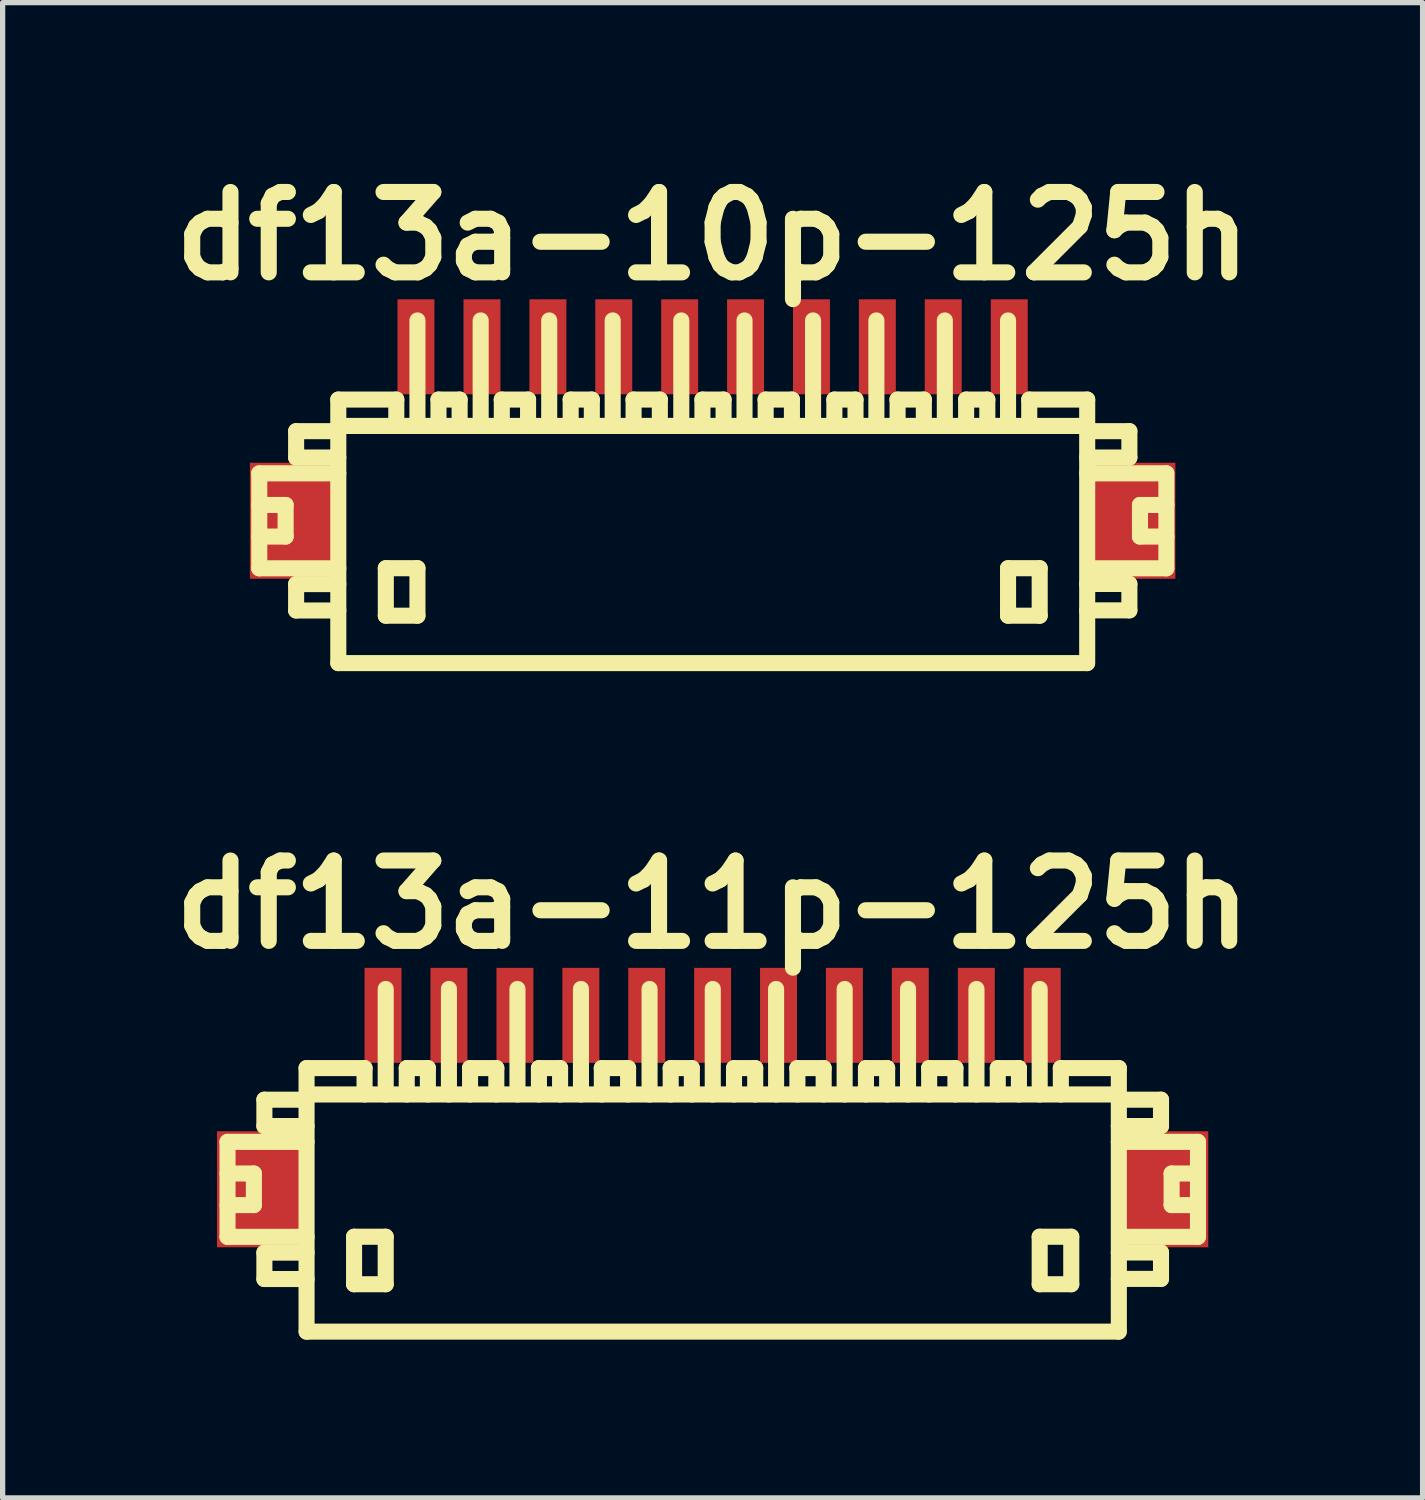
<source format=kicad_pcb>
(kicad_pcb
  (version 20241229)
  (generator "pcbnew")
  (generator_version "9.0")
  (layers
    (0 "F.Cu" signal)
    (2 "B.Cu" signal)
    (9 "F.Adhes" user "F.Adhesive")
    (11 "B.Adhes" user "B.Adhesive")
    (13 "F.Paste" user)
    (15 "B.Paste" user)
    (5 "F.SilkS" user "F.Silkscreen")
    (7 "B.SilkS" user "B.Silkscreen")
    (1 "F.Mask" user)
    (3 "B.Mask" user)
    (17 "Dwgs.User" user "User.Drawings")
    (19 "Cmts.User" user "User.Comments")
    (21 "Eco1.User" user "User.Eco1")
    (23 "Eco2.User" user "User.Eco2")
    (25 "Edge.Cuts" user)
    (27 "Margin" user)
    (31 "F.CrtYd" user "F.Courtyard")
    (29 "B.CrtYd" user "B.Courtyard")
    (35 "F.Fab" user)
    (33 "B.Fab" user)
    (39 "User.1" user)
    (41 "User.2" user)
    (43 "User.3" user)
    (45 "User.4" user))
  (footprint "df13a-11p-125h"
    (layer "F.Cu")
    (at 10.465 19.706)
    (property "Reference" "df13a-11p-125h" (at 0 -5.601 0) (layer "F.SilkS") (effects (font (size 1.524 1.524) (thickness 0.305))))
    (attr through_hole)
    (fp_line (start -9.2 -1.1) (end -9.2 0.701) (stroke (width 0.305) (type solid)) (layer "F.SilkS"))
    (fp_line (start -9.2 0.701) (end -7.701 0.701) (stroke (width 0.305) (type solid)) (layer "F.SilkS"))
    (fp_line (start -8.7 -0.5) (end -9.2 -0.5) (stroke (width 0.305) (type solid)) (layer "F.SilkS"))
    (fp_line (start -8.7 0.099) (end -9.2 0.099) (stroke (width 0.305) (type solid)) (layer "F.SilkS"))
    (fp_line (start -8.7 0.099) (end -8.7 -0.5) (stroke (width 0.305) (type solid)) (layer "F.SilkS"))
    (fp_line (start -8.501 -1.9) (end -8.501 -1.4) (stroke (width 0.305) (type solid)) (layer "F.SilkS"))
    (fp_line (start -8.501 -1.9) (end -7.701 -1.9) (stroke (width 0.305) (type solid)) (layer "F.SilkS"))
    (fp_line (start -8.501 1.001) (end -8.501 1.501) (stroke (width 0.305) (type solid)) (layer "F.SilkS"))
    (fp_line (start -8.501 1.501) (end -7.701 1.501) (stroke (width 0.305) (type solid)) (layer "F.SilkS"))
    (fp_line (start -7.701 -1.4) (end -8.501 -1.4) (stroke (width 0.305) (type solid)) (layer "F.SilkS"))
    (fp_line (start -7.701 -1.1) (end -9.2 -1.1) (stroke (width 0.305) (type solid)) (layer "F.SilkS"))
    (fp_line (start -7.701 1.001) (end -8.501 1.001) (stroke (width 0.305) (type solid)) (layer "F.SilkS"))
    (fp_line (start -7.701 2.499) (end -7.701 -2.499) (stroke (width 0.305) (type solid)) (layer "F.SilkS"))
    (fp_line (start -7.699 2.499) (end 7.699 2.499) (stroke (width 0.305) (type solid)) (layer "F.SilkS"))
    (fp_line (start -6.8 0.699) (end -6.8 1.6) (stroke (width 0.305) (type solid)) (layer "F.SilkS"))
    (fp_line (start -6.8 1.6) (end -6.2 1.6) (stroke (width 0.305) (type solid)) (layer "F.SilkS"))
    (fp_line (start -6.601 -2.499) (end -7.701 -2.499) (stroke (width 0.305) (type solid)) (layer "F.SilkS"))
    (fp_line (start -6.601 -2.499) (end -6.601 -1.999) (stroke (width 0.305) (type solid)) (layer "F.SilkS"))
    (fp_line (start -6.2 -4) (end -6.2 -1.999) (stroke (width 0.305) (type solid)) (layer "F.SilkS"))
    (fp_line (start -6.2 0.699) (end -6.8 0.699) (stroke (width 0.305) (type solid)) (layer "F.SilkS"))
    (fp_line (start -6.2 1.6) (end -6.2 0.699) (stroke (width 0.305) (type solid)) (layer "F.SilkS"))
    (fp_line (start -5.801 -2.499) (end -5.801 -1.999) (stroke (width 0.305) (type solid)) (layer "F.SilkS"))
    (fp_line (start -5.4 -2.499) (end -5.801 -2.499) (stroke (width 0.305) (type solid)) (layer "F.SilkS"))
    (fp_line (start -5.4 -2.499) (end -5.4 -1.999) (stroke (width 0.305) (type solid)) (layer "F.SilkS"))
    (fp_line (start -5.001 -1.999) (end -5.001 -4) (stroke (width 0.305) (type solid)) (layer "F.SilkS"))
    (fp_line (start -4.602 -2.499) (end -4.102 -2.499) (stroke (width 0.305) (type solid)) (layer "F.SilkS"))
    (fp_line (start -4.6 -1.999) (end -4.6 -2.499) (stroke (width 0.305) (type solid)) (layer "F.SilkS"))
    (fp_line (start -4.102 -2.499) (end -4.102 -1.999) (stroke (width 0.305) (type solid)) (layer "F.SilkS"))
    (fp_line (start -3.701 -1.999) (end -3.701 -4) (stroke (width 0.305) (type solid)) (layer "F.SilkS"))
    (fp_line (start -3.294 -2.499) (end -3.294 -1.999) (stroke (width 0.305) (type solid)) (layer "F.SilkS"))
    (fp_line (start -2.893 -2.499) (end -3.294 -2.499) (stroke (width 0.305) (type solid)) (layer "F.SilkS"))
    (fp_line (start -2.893 -2.499) (end -2.893 -1.999) (stroke (width 0.305) (type solid)) (layer "F.SilkS"))
    (fp_line (start -2.497 -1.999) (end -2.497 -4) (stroke (width 0.305) (type solid)) (layer "F.SilkS"))
    (fp_line (start -2.103 -2.499) (end -1.603 -2.499) (stroke (width 0.305) (type solid)) (layer "F.SilkS"))
    (fp_line (start -2.101 -1.999) (end -2.101 -2.499) (stroke (width 0.305) (type solid)) (layer "F.SilkS"))
    (fp_line (start -1.603 -2.499) (end -1.603 -1.999) (stroke (width 0.305) (type solid)) (layer "F.SilkS"))
    (fp_line (start -1.196 -1.999) (end -1.196 -4) (stroke (width 0.305) (type solid)) (layer "F.SilkS"))
    (fp_line (start -0.795 -2.499) (end -0.795 -1.999) (stroke (width 0.305) (type solid)) (layer "F.SilkS"))
    (fp_line (start -0.394 -2.499) (end -0.795 -2.499) (stroke (width 0.305) (type solid)) (layer "F.SilkS"))
    (fp_line (start -0.394 -2.499) (end -0.394 -1.999) (stroke (width 0.305) (type solid)) (layer "F.SilkS"))
    (fp_line (start 0.003 -1.999) (end 0.003 -4) (stroke (width 0.305) (type solid)) (layer "F.SilkS"))
    (fp_line (start 0.406 -2.499) (end 0.406 -1.999) (stroke (width 0.305) (type solid)) (layer "F.SilkS"))
    (fp_line (start 0.808 -2.499) (end 0.406 -2.499) (stroke (width 0.305) (type solid)) (layer "F.SilkS"))
    (fp_line (start 0.808 -2.499) (end 0.808 -1.999) (stroke (width 0.305) (type solid)) (layer "F.SilkS"))
    (fp_line (start 1.204 -1.999) (end 1.204 -4) (stroke (width 0.305) (type solid)) (layer "F.SilkS"))
    (fp_line (start 1.605 -2.499) (end 2.106 -2.499) (stroke (width 0.305) (type solid)) (layer "F.SilkS"))
    (fp_line (start 1.608 -1.999) (end 1.608 -2.499) (stroke (width 0.305) (type solid)) (layer "F.SilkS"))
    (fp_line (start 2.106 -2.499) (end 2.106 -1.999) (stroke (width 0.305) (type solid)) (layer "F.SilkS"))
    (fp_line (start 2.504 -1.999) (end 2.504 -4) (stroke (width 0.305) (type solid)) (layer "F.SilkS"))
    (fp_line (start 2.908 -2.499) (end 2.908 -1.999) (stroke (width 0.305) (type solid)) (layer "F.SilkS"))
    (fp_line (start 3.31 -2.499) (end 2.908 -2.499) (stroke (width 0.305) (type solid)) (layer "F.SilkS"))
    (fp_line (start 3.31 -2.499) (end 3.31 -1.999) (stroke (width 0.305) (type solid)) (layer "F.SilkS"))
    (fp_line (start 3.706 -1.999) (end 3.706 -4) (stroke (width 0.305) (type solid)) (layer "F.SilkS"))
    (fp_line (start 4.105 -2.499) (end 4.605 -2.499) (stroke (width 0.305) (type solid)) (layer "F.SilkS"))
    (fp_line (start 4.107 -1.999) (end 4.107 -2.499) (stroke (width 0.305) (type solid)) (layer "F.SilkS"))
    (fp_line (start 4.605 -2.499) (end 4.605 -1.999) (stroke (width 0.305) (type solid)) (layer "F.SilkS"))
    (fp_line (start 5.004 -1.999) (end 5.004 -4) (stroke (width 0.305) (type solid)) (layer "F.SilkS"))
    (fp_line (start 5.408 -2.499) (end 5.408 -1.999) (stroke (width 0.305) (type solid)) (layer "F.SilkS"))
    (fp_line (start 5.809 -2.499) (end 5.408 -2.499) (stroke (width 0.305) (type solid)) (layer "F.SilkS"))
    (fp_line (start 5.809 -2.499) (end 5.809 -1.999) (stroke (width 0.305) (type solid)) (layer "F.SilkS"))
    (fp_line (start 6.203 -1.999) (end 6.203 -4) (stroke (width 0.305) (type solid)) (layer "F.SilkS"))
    (fp_line (start 6.203 0.699) (end 6.802 0.699) (stroke (width 0.305) (type solid)) (layer "F.SilkS"))
    (fp_line (start 6.203 1.6) (end 6.203 0.699) (stroke (width 0.305) (type solid)) (layer "F.SilkS"))
    (fp_line (start 6.604 -2.499) (end 6.604 -1.999) (stroke (width 0.305) (type solid)) (layer "F.SilkS"))
    (fp_line (start 6.802 0.699) (end 6.802 1.6) (stroke (width 0.305) (type solid)) (layer "F.SilkS"))
    (fp_line (start 6.802 1.6) (end 6.203 1.6) (stroke (width 0.305) (type solid)) (layer "F.SilkS"))
    (fp_line (start 7.699 -1.999) (end -7.699 -1.999) (stroke (width 0.305) (type solid)) (layer "F.SilkS"))
    (fp_line (start 7.704 -2.499) (end 6.604 -2.499) (stroke (width 0.305) (type solid)) (layer "F.SilkS"))
    (fp_line (start 7.704 -2.499) (end 7.704 2.499) (stroke (width 0.305) (type solid)) (layer "F.SilkS"))
    (fp_line (start 7.704 -1.9) (end 8.504 -1.9) (stroke (width 0.305) (type solid)) (layer "F.SilkS"))
    (fp_line (start 7.704 0.998) (end 8.504 0.998) (stroke (width 0.305) (type solid)) (layer "F.SilkS"))
    (fp_line (start 8.504 -1.9) (end 8.504 -1.4) (stroke (width 0.305) (type solid)) (layer "F.SilkS"))
    (fp_line (start 8.504 -1.4) (end 7.704 -1.4) (stroke (width 0.305) (type solid)) (layer "F.SilkS"))
    (fp_line (start 8.504 0.998) (end 8.504 1.499) (stroke (width 0.305) (type solid)) (layer "F.SilkS"))
    (fp_line (start 8.504 1.499) (end 7.704 1.499) (stroke (width 0.305) (type solid)) (layer "F.SilkS"))
    (fp_line (start 8.705 0.099) (end 8.705 -0.5) (stroke (width 0.305) (type solid)) (layer "F.SilkS"))
    (fp_line (start 9.202 -1.1) (end 7.704 -1.1) (stroke (width 0.305) (type solid)) (layer "F.SilkS"))
    (fp_line (start 9.202 0.701) (end 7.803 0.701) (stroke (width 0.305) (type solid)) (layer "F.SilkS"))
    (fp_line (start 9.205 -1.1) (end 9.205 0.701) (stroke (width 0.305) (type solid)) (layer "F.SilkS"))
    (fp_line (start 9.205 -0.5) (end 8.705 -0.5) (stroke (width 0.305) (type solid)) (layer "F.SilkS"))
    (fp_line (start 9.205 0.099) (end 8.705 0.099) (stroke (width 0.305) (type solid)) (layer "F.SilkS"))
    (pad "" smd rect (at -8.6 -0.201) (size 1.6 2.2) (layers "F.Cu" "F.Mask" "F.Paste"))
    (pad "" smd rect (at 8.6 -0.201) (size 1.6 2.2) (layers "F.Cu" "F.Mask" "F.Paste"))
    (pad "1" smd rect (at 6.251 -3.5) (size 0.701 1.801) (layers "F.Cu" "F.Mask" "F.Paste"))
    (pad "2" smd rect (at 5.001 -3.5) (size 0.701 1.801) (layers "F.Cu" "F.Mask" "F.Paste"))
    (pad "3" smd rect (at 3.749 -3.5) (size 0.701 1.801) (layers "F.Cu" "F.Mask" "F.Paste"))
    (pad "4" smd rect (at 2.499 -3.5) (size 0.701 1.801) (layers "F.Cu" "F.Mask" "F.Paste"))
    (pad "5" smd rect (at 1.25 -3.5) (size 0.701 1.801) (layers "F.Cu" "F.Mask" "F.Paste"))
    (pad "6" smd rect (at 0 -3.5) (size 0.701 1.801) (layers "F.Cu" "F.Mask" "F.Paste"))
    (pad "7" smd rect (at -1.25 -3.5) (size 0.701 1.801) (layers "F.Cu" "F.Mask" "F.Paste"))
    (pad "8" smd rect (at -2.499 -3.5) (size 0.701 1.801) (layers "F.Cu" "F.Mask" "F.Paste"))
    (pad "9" smd rect (at -3.749 -3.5) (size 0.701 1.801) (layers "F.Cu" "F.Mask" "F.Paste"))
    (pad "10" smd rect (at -5.001 -3.5) (size 0.701 1.801) (layers "F.Cu" "F.Mask" "F.Paste"))
    (pad "11" smd rect (at -6.251 -3.5) (size 0.701 1.801) (layers "F.Cu" "F.Mask" "F.Paste")))
  (footprint "df13a-10p-125h"
    (layer "F.Cu")
    (at 10.465 7.027)
    (property "Reference" "df13a-10p-125h" (at 0 -5.601 0) (layer "F.SilkS") (effects (font (size 1.524 1.524) (thickness 0.305))))
    (attr through_hole)
    (fp_line (start -8.598 -1.1) (end -8.598 0.701) (stroke (width 0.305) (type solid)) (layer "F.SilkS"))
    (fp_line (start -8.598 0.701) (end -7.099 0.701) (stroke (width 0.305) (type solid)) (layer "F.SilkS"))
    (fp_line (start -8.098 -0.5) (end -8.598 -0.5) (stroke (width 0.305) (type solid)) (layer "F.SilkS"))
    (fp_line (start -8.098 0.099) (end -8.598 0.099) (stroke (width 0.305) (type solid)) (layer "F.SilkS"))
    (fp_line (start -8.098 0.099) (end -8.098 -0.5) (stroke (width 0.305) (type solid)) (layer "F.SilkS"))
    (fp_line (start -7.899 -1.9) (end -7.899 -1.4) (stroke (width 0.305) (type solid)) (layer "F.SilkS"))
    (fp_line (start -7.899 -1.9) (end -7.099 -1.9) (stroke (width 0.305) (type solid)) (layer "F.SilkS"))
    (fp_line (start -7.899 1.001) (end -7.899 1.501) (stroke (width 0.305) (type solid)) (layer "F.SilkS"))
    (fp_line (start -7.899 1.501) (end -7.099 1.501) (stroke (width 0.305) (type solid)) (layer "F.SilkS"))
    (fp_line (start -7.099 -1.999) (end 7.099 -1.999) (stroke (width 0.305) (type solid)) (layer "F.SilkS"))
    (fp_line (start -7.099 -1.4) (end -7.899 -1.4) (stroke (width 0.305) (type solid)) (layer "F.SilkS"))
    (fp_line (start -7.099 -1.1) (end -8.598 -1.1) (stroke (width 0.305) (type solid)) (layer "F.SilkS"))
    (fp_line (start -7.099 1.001) (end -7.899 1.001) (stroke (width 0.305) (type solid)) (layer "F.SilkS"))
    (fp_line (start -7.099 2.499) (end -7.099 -2.499) (stroke (width 0.305) (type solid)) (layer "F.SilkS"))
    (fp_line (start -7.099 2.499) (end 7.099 2.499) (stroke (width 0.305) (type solid)) (layer "F.SilkS"))
    (fp_line (start -6.198 0.699) (end -6.198 1.6) (stroke (width 0.305) (type solid)) (layer "F.SilkS"))
    (fp_line (start -6.198 1.6) (end -5.598 1.6) (stroke (width 0.305) (type solid)) (layer "F.SilkS"))
    (fp_line (start -5.999 -2.499) (end -7.099 -2.499) (stroke (width 0.305) (type solid)) (layer "F.SilkS"))
    (fp_line (start -5.999 -2.499) (end -5.999 -1.999) (stroke (width 0.305) (type solid)) (layer "F.SilkS"))
    (fp_line (start -5.598 -4) (end -5.598 -1.999) (stroke (width 0.305) (type solid)) (layer "F.SilkS"))
    (fp_line (start -5.598 0.699) (end -6.198 0.699) (stroke (width 0.305) (type solid)) (layer "F.SilkS"))
    (fp_line (start -5.598 1.6) (end -5.598 0.699) (stroke (width 0.305) (type solid)) (layer "F.SilkS"))
    (fp_line (start -5.199 -2.499) (end -5.199 -1.999) (stroke (width 0.305) (type solid)) (layer "F.SilkS"))
    (fp_line (start -4.798 -2.499) (end -5.199 -2.499) (stroke (width 0.305) (type solid)) (layer "F.SilkS"))
    (fp_line (start -4.798 -2.499) (end -4.798 -1.999) (stroke (width 0.305) (type solid)) (layer "F.SilkS"))
    (fp_line (start -4.399 -1.999) (end -4.399 -4) (stroke (width 0.305) (type solid)) (layer "F.SilkS"))
    (fp_line (start -4 -2.499) (end -3.5 -2.499) (stroke (width 0.305) (type solid)) (layer "F.SilkS"))
    (fp_line (start -3.998 -1.999) (end -3.998 -2.499) (stroke (width 0.305) (type solid)) (layer "F.SilkS"))
    (fp_line (start -3.5 -2.499) (end -3.5 -1.999) (stroke (width 0.305) (type solid)) (layer "F.SilkS"))
    (fp_line (start -3.099 -1.999) (end -3.099 -4) (stroke (width 0.305) (type solid)) (layer "F.SilkS"))
    (fp_line (start -2.692 -2.499) (end -2.692 -1.999) (stroke (width 0.305) (type solid)) (layer "F.SilkS"))
    (fp_line (start -2.291 -2.499) (end -2.692 -2.499) (stroke (width 0.305) (type solid)) (layer "F.SilkS"))
    (fp_line (start -2.291 -2.499) (end -2.291 -1.999) (stroke (width 0.305) (type solid)) (layer "F.SilkS"))
    (fp_line (start -1.895 -1.999) (end -1.895 -4) (stroke (width 0.305) (type solid)) (layer "F.SilkS"))
    (fp_line (start -1.501 -2.499) (end -1.001 -2.499) (stroke (width 0.305) (type solid)) (layer "F.SilkS"))
    (fp_line (start -1.499 -1.999) (end -1.499 -2.499) (stroke (width 0.305) (type solid)) (layer "F.SilkS"))
    (fp_line (start -1.001 -2.499) (end -1.001 -1.999) (stroke (width 0.305) (type solid)) (layer "F.SilkS"))
    (fp_line (start -0.594 -1.999) (end -0.594 -4) (stroke (width 0.305) (type solid)) (layer "F.SilkS"))
    (fp_line (start -0.193 -2.499) (end -0.193 -1.999) (stroke (width 0.305) (type solid)) (layer "F.SilkS"))
    (fp_line (start 0.208 -2.499) (end -0.193 -2.499) (stroke (width 0.305) (type solid)) (layer "F.SilkS"))
    (fp_line (start 0.208 -2.499) (end 0.208 -1.999) (stroke (width 0.305) (type solid)) (layer "F.SilkS"))
    (fp_line (start 0.605 -1.999) (end 0.605 -4) (stroke (width 0.305) (type solid)) (layer "F.SilkS"))
    (fp_line (start 1.003 -2.499) (end 1.504 -2.499) (stroke (width 0.305) (type solid)) (layer "F.SilkS"))
    (fp_line (start 1.006 -1.999) (end 1.006 -2.499) (stroke (width 0.305) (type solid)) (layer "F.SilkS"))
    (fp_line (start 1.504 -2.499) (end 1.504 -1.999) (stroke (width 0.305) (type solid)) (layer "F.SilkS"))
    (fp_line (start 1.905 -1.999) (end 1.905 -4) (stroke (width 0.305) (type solid)) (layer "F.SilkS"))
    (fp_line (start 2.309 -2.499) (end 2.309 -1.999) (stroke (width 0.305) (type solid)) (layer "F.SilkS"))
    (fp_line (start 2.71 -2.499) (end 2.309 -2.499) (stroke (width 0.305) (type solid)) (layer "F.SilkS"))
    (fp_line (start 2.71 -2.499) (end 2.71 -1.999) (stroke (width 0.305) (type solid)) (layer "F.SilkS"))
    (fp_line (start 3.106 -1.999) (end 3.106 -4) (stroke (width 0.305) (type solid)) (layer "F.SilkS"))
    (fp_line (start 3.505 -2.499) (end 4.006 -2.499) (stroke (width 0.305) (type solid)) (layer "F.SilkS"))
    (fp_line (start 3.508 -1.999) (end 3.508 -2.499) (stroke (width 0.305) (type solid)) (layer "F.SilkS"))
    (fp_line (start 4.006 -2.499) (end 4.006 -1.999) (stroke (width 0.305) (type solid)) (layer "F.SilkS"))
    (fp_line (start 4.404 -1.999) (end 4.404 -4) (stroke (width 0.305) (type solid)) (layer "F.SilkS"))
    (fp_line (start 4.808 -2.499) (end 4.808 -1.999) (stroke (width 0.305) (type solid)) (layer "F.SilkS"))
    (fp_line (start 5.21 -2.499) (end 4.808 -2.499) (stroke (width 0.305) (type solid)) (layer "F.SilkS"))
    (fp_line (start 5.21 -2.499) (end 5.21 -1.999) (stroke (width 0.305) (type solid)) (layer "F.SilkS"))
    (fp_line (start 5.603 -1.999) (end 5.603 -4) (stroke (width 0.305) (type solid)) (layer "F.SilkS"))
    (fp_line (start 5.603 0.699) (end 6.203 0.699) (stroke (width 0.305) (type solid)) (layer "F.SilkS"))
    (fp_line (start 5.603 1.6) (end 5.603 0.699) (stroke (width 0.305) (type solid)) (layer "F.SilkS"))
    (fp_line (start 6.005 -2.499) (end 6.005 -1.999) (stroke (width 0.305) (type solid)) (layer "F.SilkS"))
    (fp_line (start 6.203 0.699) (end 6.203 1.6) (stroke (width 0.305) (type solid)) (layer "F.SilkS"))
    (fp_line (start 6.203 1.6) (end 5.603 1.6) (stroke (width 0.305) (type solid)) (layer "F.SilkS"))
    (fp_line (start 7.104 -2.499) (end 6.005 -2.499) (stroke (width 0.305) (type solid)) (layer "F.SilkS"))
    (fp_line (start 7.104 -2.499) (end 7.104 2.499) (stroke (width 0.305) (type solid)) (layer "F.SilkS"))
    (fp_line (start 7.104 -1.9) (end 7.904 -1.9) (stroke (width 0.305) (type solid)) (layer "F.SilkS"))
    (fp_line (start 7.104 0.998) (end 7.904 0.998) (stroke (width 0.305) (type solid)) (layer "F.SilkS"))
    (fp_line (start 7.904 -1.9) (end 7.904 -1.4) (stroke (width 0.305) (type solid)) (layer "F.SilkS"))
    (fp_line (start 7.904 -1.4) (end 7.104 -1.4) (stroke (width 0.305) (type solid)) (layer "F.SilkS"))
    (fp_line (start 7.904 0.998) (end 7.904 1.499) (stroke (width 0.305) (type solid)) (layer "F.SilkS"))
    (fp_line (start 7.904 1.499) (end 7.104 1.499) (stroke (width 0.305) (type solid)) (layer "F.SilkS"))
    (fp_line (start 8.105 0.099) (end 8.105 -0.5) (stroke (width 0.305) (type solid)) (layer "F.SilkS"))
    (fp_line (start 8.603 -1.1) (end 7.104 -1.1) (stroke (width 0.305) (type solid)) (layer "F.SilkS"))
    (fp_line (start 8.603 0.701) (end 7.203 0.701) (stroke (width 0.305) (type solid)) (layer "F.SilkS"))
    (fp_line (start 8.606 -1.1) (end 8.606 0.701) (stroke (width 0.305) (type solid)) (layer "F.SilkS"))
    (fp_line (start 8.606 -0.5) (end 8.105 -0.5) (stroke (width 0.305) (type solid)) (layer "F.SilkS"))
    (fp_line (start 8.606 0.099) (end 8.105 0.099) (stroke (width 0.305) (type solid)) (layer "F.SilkS"))
    (pad "" smd rect (at -7.976 -0.201) (size 1.6 2.2) (layers "F.Cu" "F.Mask" "F.Paste"))
    (pad "" smd rect (at 7.976 -0.201) (size 1.6 2.2) (layers "F.Cu" "F.Mask" "F.Paste"))
    (pad "1" smd rect (at 5.626 -3.5) (size 0.701 1.801) (layers "F.Cu" "F.Mask" "F.Paste"))
    (pad "2" smd rect (at 4.374 -3.5) (size 0.701 1.801) (layers "F.Cu" "F.Mask" "F.Paste"))
    (pad "3" smd rect (at 3.124 -3.5) (size 0.701 1.801) (layers "F.Cu" "F.Mask" "F.Paste"))
    (pad "4" smd rect (at 1.875 -3.5) (size 0.701 1.801) (layers "F.Cu" "F.Mask" "F.Paste"))
    (pad "5" smd rect (at 0.625 -3.5) (size 0.701 1.801) (layers "F.Cu" "F.Mask" "F.Paste"))
    (pad "6" smd rect (at -0.625 -3.5) (size 0.701 1.801) (layers "F.Cu" "F.Mask" "F.Paste"))
    (pad "7" smd rect (at -1.875 -3.5) (size 0.701 1.801) (layers "F.Cu" "F.Mask" "F.Paste"))
    (pad "8" smd rect (at -3.124 -3.5) (size 0.701 1.801) (layers "F.Cu" "F.Mask" "F.Paste"))
    (pad "9" smd rect (at -4.374 -3.5) (size 0.701 1.801) (layers "F.Cu" "F.Mask" "F.Paste"))
    (pad "10" smd rect (at -5.626 -3.5) (size 0.701 1.801) (layers "F.Cu" "F.Mask" "F.Paste")))
  (gr_rect
    (start -3 -3)
    (end 23.93 25.358)
    (stroke (width 0.1) (type default))
    (fill no)
    (layer "Edge.Cuts")))
</source>
